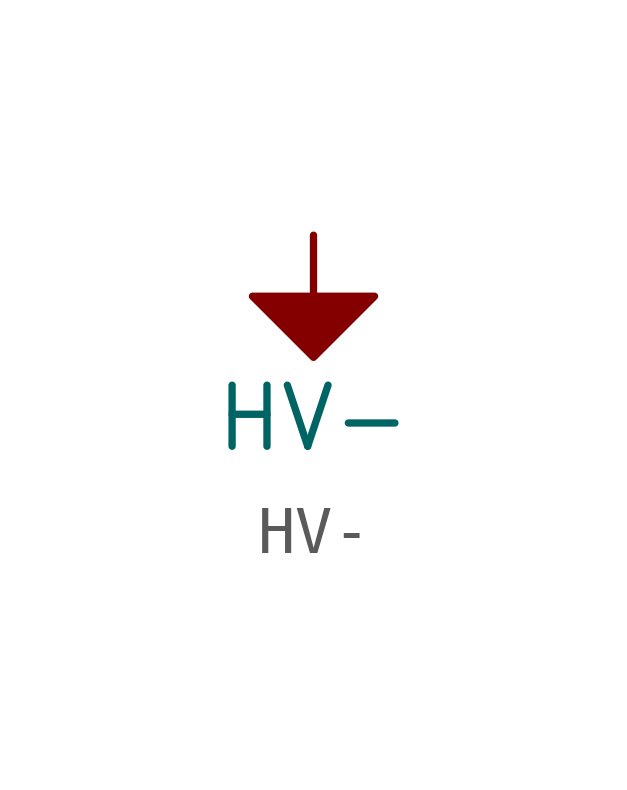
<source format=kicad_sym>
(kicad_symbol_lib
  (version 20241209)
  (generator "kicad_symbol_editor")
  (generator_version "9.0")
  (symbol "HV-"
    (power)
    (pin_names
      (offset 0))
    (property "Reference" "#PWR"
      (at 0 -6.35 0)
      (effects (font (size 1.27 1.27)) (hide yes)))
    (property "Value" "HV-"
      (at 0 -3.81 0)
      (effects (font (size 1.27 1.27))))
    (symbol "HV-_0_1"
      (polyline (pts (xy 0 0) (xy 0 -1.27) (xy 1.27 -1.27) (xy 0 -2.54) (xy -1.27 -1.27) (xy 0 -1.27)) (stroke (width 0) (type solid)) (fill (type outline))))
    (symbol "HV-_1_1"
      (pin power_in line (at 0 0 270) (length 0) (hide yes) (name "HV-" (effects (font (size 1.27 1.27)))) (number "1" (effects (font (size 1.27 1.27))))))))
</source>
